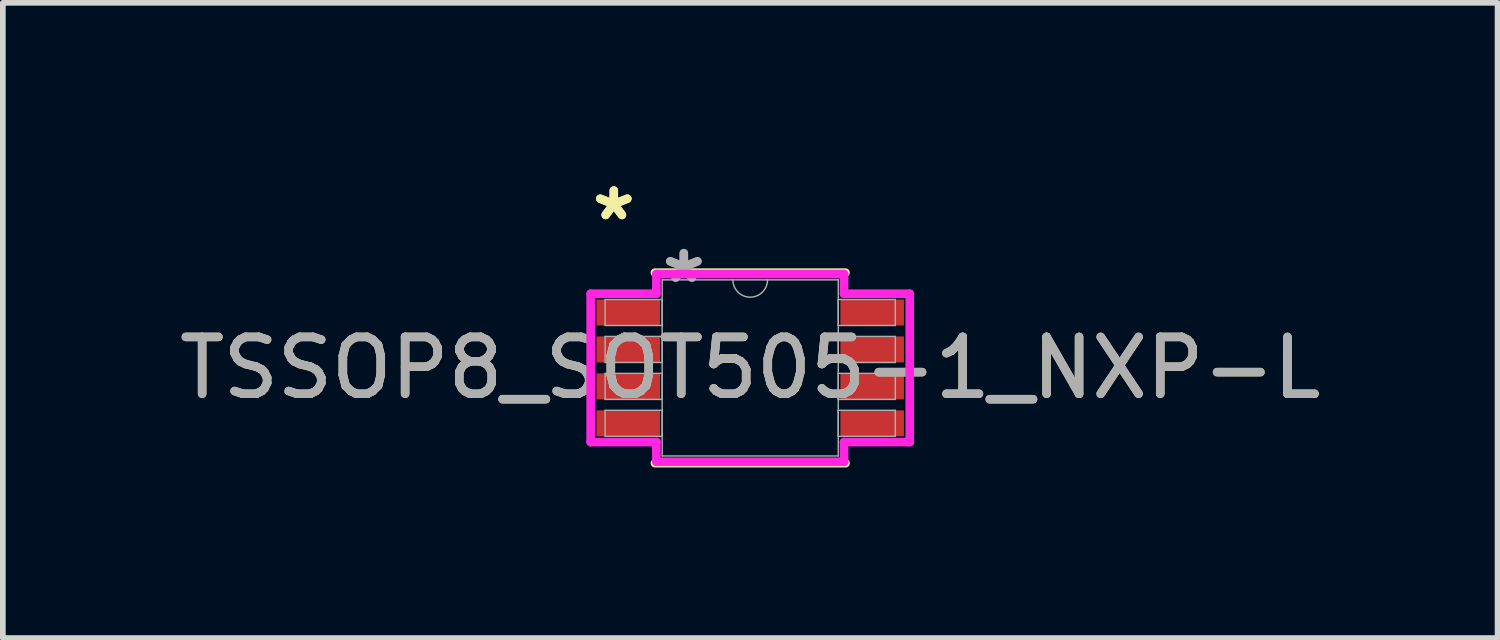
<source format=kicad_pcb>
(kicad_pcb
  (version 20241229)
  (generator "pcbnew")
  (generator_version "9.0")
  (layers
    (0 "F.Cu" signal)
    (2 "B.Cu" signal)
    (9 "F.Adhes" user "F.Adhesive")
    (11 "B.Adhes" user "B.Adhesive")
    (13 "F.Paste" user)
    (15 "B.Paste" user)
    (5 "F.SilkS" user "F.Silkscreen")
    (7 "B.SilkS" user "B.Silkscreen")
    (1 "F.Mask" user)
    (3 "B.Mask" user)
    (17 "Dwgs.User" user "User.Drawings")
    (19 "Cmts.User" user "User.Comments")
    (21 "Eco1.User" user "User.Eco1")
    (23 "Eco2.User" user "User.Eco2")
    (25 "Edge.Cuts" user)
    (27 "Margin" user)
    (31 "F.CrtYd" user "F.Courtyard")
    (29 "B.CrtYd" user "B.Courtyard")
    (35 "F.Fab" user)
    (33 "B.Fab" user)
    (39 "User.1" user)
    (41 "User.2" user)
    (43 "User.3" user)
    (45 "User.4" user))
  (footprint "TSSOP8_SOT505-1_NXP-L"
    (layer "F.Cu")
    (at 10.149 3.423)
    (property "Reference" "TSSOP8_SOT505-1_NXP-L" (at 0 0 0) (unlocked yes) (layer "F.SilkS") (effects (font (size 1 1) (thickness 0.15))))
    (attr smd)
    (fp_line (start -1.676 1.676) (end 1.676 1.676) (stroke (width 0.152) (type solid)) (layer "F.SilkS"))
    (fp_line (start 1.676 -1.676) (end -1.676 -1.676) (stroke (width 0.152) (type solid)) (layer "F.SilkS"))
    (fp_line (start -2.807 -1.305) (end -1.651 -1.305) (stroke (width 0.152) (type solid)) (layer "F.CrtYd"))
    (fp_line (start -2.807 1.305) (end -2.807 -1.305) (stroke (width 0.152) (type solid)) (layer "F.CrtYd"))
    (fp_line (start -2.807 1.305) (end -1.651 1.305) (stroke (width 0.152) (type solid)) (layer "F.CrtYd"))
    (fp_line (start -1.651 -1.651) (end 1.651 -1.651) (stroke (width 0.152) (type solid)) (layer "F.CrtYd"))
    (fp_line (start -1.651 -1.305) (end -1.651 -1.651) (stroke (width 0.152) (type solid)) (layer "F.CrtYd"))
    (fp_line (start -1.651 1.651) (end -1.651 1.305) (stroke (width 0.152) (type solid)) (layer "F.CrtYd"))
    (fp_line (start 1.651 -1.651) (end 1.651 -1.305) (stroke (width 0.152) (type solid)) (layer "F.CrtYd"))
    (fp_line (start 1.651 1.305) (end 1.651 1.651) (stroke (width 0.152) (type solid)) (layer "F.CrtYd"))
    (fp_line (start 1.651 1.651) (end -1.651 1.651) (stroke (width 0.152) (type solid)) (layer "F.CrtYd"))
    (fp_line (start 2.807 -1.305) (end 1.651 -1.305) (stroke (width 0.152) (type solid)) (layer "F.CrtYd"))
    (fp_line (start 2.807 -1.305) (end 2.807 1.305) (stroke (width 0.152) (type solid)) (layer "F.CrtYd"))
    (fp_line (start 2.807 1.305) (end 1.651 1.305) (stroke (width 0.152) (type solid)) (layer "F.CrtYd"))
    (fp_line (start -2.553 -1.204) (end -2.553 -0.746) (stroke (width 0.025) (type solid)) (layer "F.Fab"))
    (fp_line (start -2.553 -0.746) (end -1.549 -0.746) (stroke (width 0.025) (type solid)) (layer "F.Fab"))
    (fp_line (start -2.553 -0.554) (end -2.553 -0.096) (stroke (width 0.025) (type solid)) (layer "F.Fab"))
    (fp_line (start -2.553 -0.096) (end -1.549 -0.096) (stroke (width 0.025) (type solid)) (layer "F.Fab"))
    (fp_line (start -2.553 0.096) (end -2.553 0.554) (stroke (width 0.025) (type solid)) (layer "F.Fab"))
    (fp_line (start -2.553 0.554) (end -1.549 0.554) (stroke (width 0.025) (type solid)) (layer "F.Fab"))
    (fp_line (start -2.553 0.746) (end -2.553 1.204) (stroke (width 0.025) (type solid)) (layer "F.Fab"))
    (fp_line (start -2.553 1.204) (end -1.549 1.204) (stroke (width 0.025) (type solid)) (layer "F.Fab"))
    (fp_line (start -1.549 -1.549) (end -1.549 1.549) (stroke (width 0.025) (type solid)) (layer "F.Fab"))
    (fp_line (start -1.549 -1.204) (end -2.553 -1.204) (stroke (width 0.025) (type solid)) (layer "F.Fab"))
    (fp_line (start -1.549 -0.746) (end -1.549 -1.204) (stroke (width 0.025) (type solid)) (layer "F.Fab"))
    (fp_line (start -1.549 -0.554) (end -2.553 -0.554) (stroke (width 0.025) (type solid)) (layer "F.Fab"))
    (fp_line (start -1.549 -0.096) (end -1.549 -0.554) (stroke (width 0.025) (type solid)) (layer "F.Fab"))
    (fp_line (start -1.549 0.096) (end -2.553 0.096) (stroke (width 0.025) (type solid)) (layer "F.Fab"))
    (fp_line (start -1.549 0.554) (end -1.549 0.096) (stroke (width 0.025) (type solid)) (layer "F.Fab"))
    (fp_line (start -1.549 0.746) (end -2.553 0.746) (stroke (width 0.025) (type solid)) (layer "F.Fab"))
    (fp_line (start -1.549 1.204) (end -1.549 0.746) (stroke (width 0.025) (type solid)) (layer "F.Fab"))
    (fp_line (start -1.549 1.549) (end 1.549 1.549) (stroke (width 0.025) (type solid)) (layer "F.Fab"))
    (fp_line (start 1.549 -1.549) (end -1.549 -1.549) (stroke (width 0.025) (type solid)) (layer "F.Fab"))
    (fp_line (start 1.549 -1.204) (end 1.549 -0.746) (stroke (width 0.025) (type solid)) (layer "F.Fab"))
    (fp_line (start 1.549 -0.746) (end 2.553 -0.746) (stroke (width 0.025) (type solid)) (layer "F.Fab"))
    (fp_line (start 1.549 -0.554) (end 1.549 -0.096) (stroke (width 0.025) (type solid)) (layer "F.Fab"))
    (fp_line (start 1.549 -0.096) (end 2.553 -0.096) (stroke (width 0.025) (type solid)) (layer "F.Fab"))
    (fp_line (start 1.549 0.096) (end 1.549 0.554) (stroke (width 0.025) (type solid)) (layer "F.Fab"))
    (fp_line (start 1.549 0.554) (end 2.553 0.554) (stroke (width 0.025) (type solid)) (layer "F.Fab"))
    (fp_line (start 1.549 0.746) (end 1.549 1.204) (stroke (width 0.025) (type solid)) (layer "F.Fab"))
    (fp_line (start 1.549 1.204) (end 2.553 1.204) (stroke (width 0.025) (type solid)) (layer "F.Fab"))
    (fp_line (start 1.549 1.549) (end 1.549 -1.549) (stroke (width 0.025) (type solid)) (layer "F.Fab"))
    (fp_line (start 2.553 -1.204) (end 1.549 -1.204) (stroke (width 0.025) (type solid)) (layer "F.Fab"))
    (fp_line (start 2.553 -0.746) (end 2.553 -1.204) (stroke (width 0.025) (type solid)) (layer "F.Fab"))
    (fp_line (start 2.553 -0.554) (end 1.549 -0.554) (stroke (width 0.025) (type solid)) (layer "F.Fab"))
    (fp_line (start 2.553 -0.096) (end 2.553 -0.554) (stroke (width 0.025) (type solid)) (layer "F.Fab"))
    (fp_line (start 2.553 0.096) (end 1.549 0.096) (stroke (width 0.025) (type solid)) (layer "F.Fab"))
    (fp_line (start 2.553 0.554) (end 2.553 0.096) (stroke (width 0.025) (type solid)) (layer "F.Fab"))
    (fp_line (start 2.553 0.746) (end 1.549 0.746) (stroke (width 0.025) (type solid)) (layer "F.Fab"))
    (fp_line (start 2.553 1.204) (end 2.553 0.746) (stroke (width 0.025) (type solid)) (layer "F.Fab"))
    (fp_arc (start 0.3048 -1.5494) (mid 0 -1.2446) (end -0.3048 -1.5494) (stroke (width 0.0254) (type solid)) (layer "F.Fab"))
    (fp_text user "*" (at -2.4 -2.575 0) (layer "F.SilkS") (effects (font (size 1 1) (thickness 0.15))))
    (fp_text user "*" (at -2.4 -2.575 0) (unlocked yes) (layer "F.SilkS") (effects (font (size 1 1) (thickness 0.15))))
    (fp_text user "*" (at -1.168 -1.473 0) (layer "F.Fab") (effects (font (size 1 1) (thickness 0.15))))
    (fp_text user "${REFERENCE}" (at 0 0 0) (unlocked yes) (layer "F.Fab") (effects (font (size 1 1) (thickness 0.15))))
    (fp_text user "*" (at -1.168 -1.473 0) (unlocked yes) (layer "F.Fab") (effects (font (size 1 1) (thickness 0.15))))
    (pad "1" smd rect (at -2.146 -0.975) (size 1.118 0.457) (layers "F.Cu" "F.Mask" "F.Paste"))
    (pad "2" smd rect (at -2.146 -0.325) (size 1.118 0.457) (layers "F.Cu" "F.Mask" "F.Paste"))
    (pad "3" smd rect (at -2.146 0.325) (size 1.118 0.457) (layers "F.Cu" "F.Mask" "F.Paste"))
    (pad "4" smd rect (at -2.146 0.975) (size 1.118 0.457) (layers "F.Cu" "F.Mask" "F.Paste"))
    (pad "5" smd rect (at 2.146 0.975) (size 1.118 0.457) (layers "F.Cu" "F.Mask" "F.Paste"))
    (pad "6" smd rect (at 2.146 0.325) (size 1.118 0.457) (layers "F.Cu" "F.Mask" "F.Paste"))
    (pad "7" smd rect (at 2.146 -0.325) (size 1.118 0.457) (layers "F.Cu" "F.Mask" "F.Paste"))
    (pad "8" smd rect (at 2.146 -0.975) (size 1.118 0.457) (layers "F.Cu" "F.Mask" "F.Paste")))
  (gr_rect
    (start -3 -3)
    (end 23.298 8.176)
    (stroke (width 0.1) (type default))
    (fill no)
    (layer "Edge.Cuts")))
</source>
